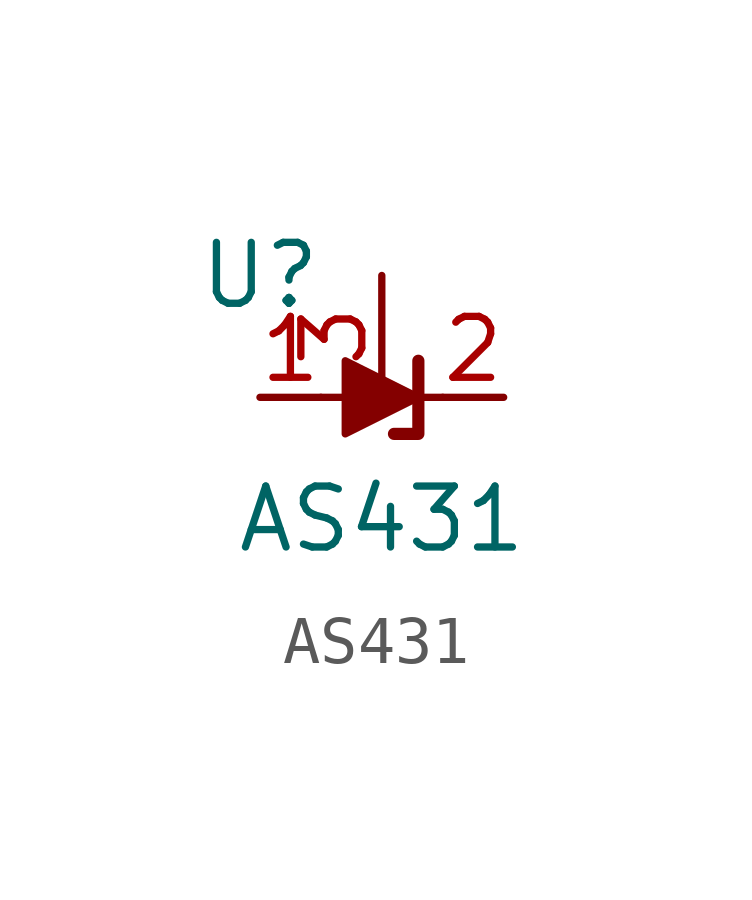
<source format=kicad_sym>
(kicad_symbol_lib
  (version 20241209)
  (generator "kicad_symbol_editor")
  (generator_version "9.0")
  (symbol "AS431"
    (pin_names
      (hide yes))
    (property "Reference" "U"
      (at -2.54 2.54 0)
      (effects (font (size 1.27 1.27))))
    (property "Value" "AS431"
      (at 0 -2.54 0)
      (effects (font (size 1.27 1.27))))
    (symbol "AS431_0_1"
      (polyline (pts (xy -1.27 0) (xy 0 0) (xy 1.27 0)) (stroke (width 0) (type default)) (fill (type none)))
      (polyline (pts (xy -0.762 -0.762) (xy -0.762 0.762) (xy 0.762 0) (xy -0.762 -0.762)) (stroke (width 0) (type default)) (fill (type outline)))
      (polyline (pts (xy 0.254 -0.762) (xy 0.762 -0.762) (xy 0.762 0.762) (xy 0.762 0.762)) (stroke (width 0.254) (type default)) (fill (type none))))
    (symbol "AS431_1_1"
      (pin passive line (at -2.54 0 0) (length 1.27) (name "ANODE" (effects (font (size 1.27 1.27)))) (number "1" (effects (font (size 1.27 1.27)))))
      (pin passive line (at 0 2.54 270) (length 2.54) (name "REFIN" (effects (font (size 1.27 1.27)))) (number "3" (effects (font (size 1.27 1.27)))))
      (pin passive line (at 2.54 0 180) (length 1.27) (name "CATHODE" (effects (font (size 1.27 1.27)))) (number "2" (effects (font (size 1.27 1.27))))))))
</source>
